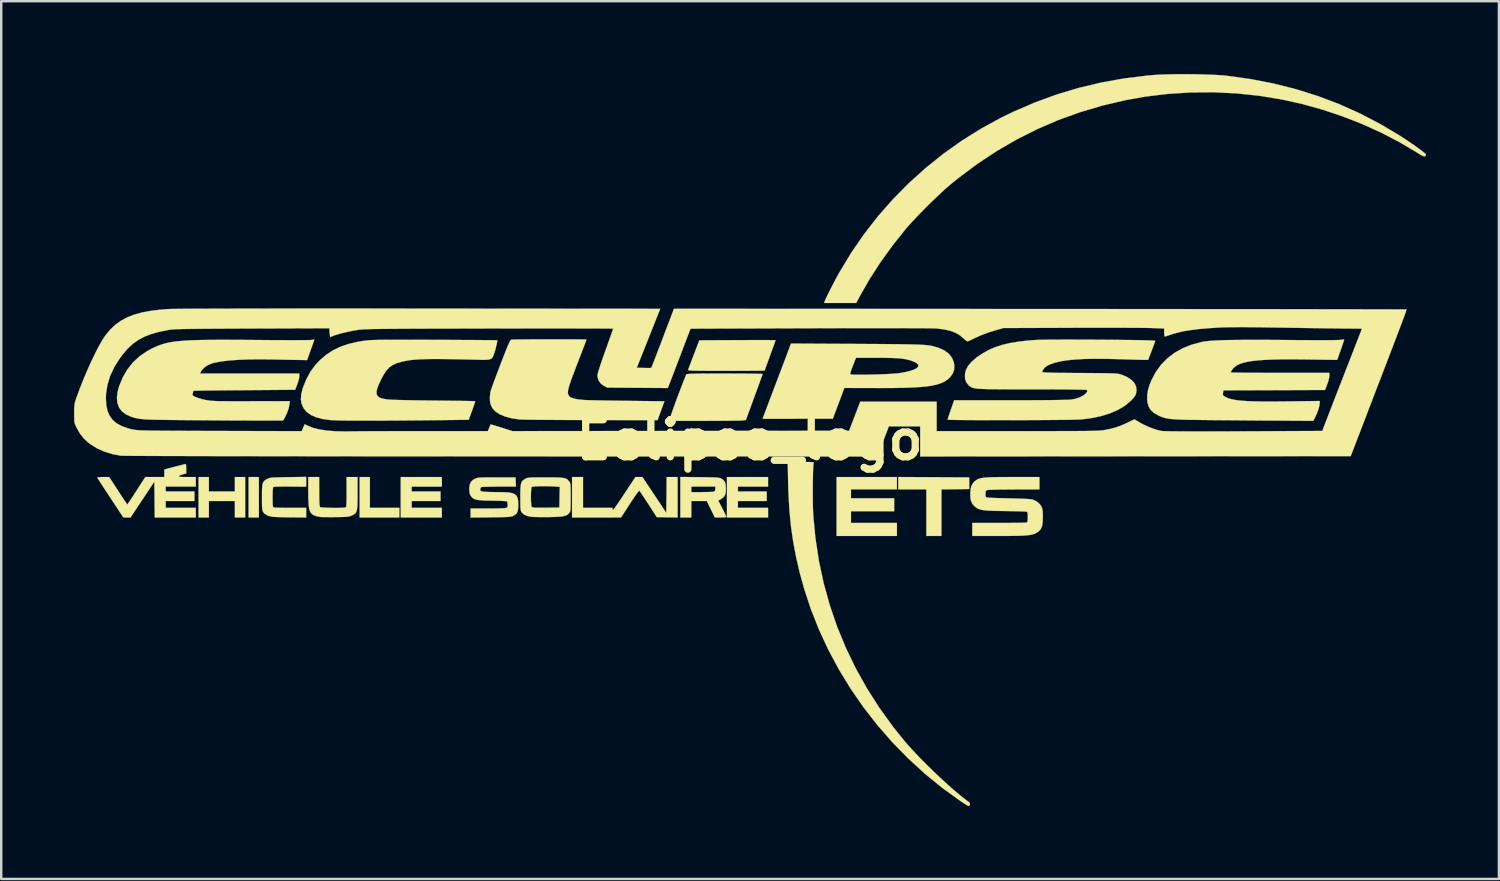
<source format=kicad_pcb>
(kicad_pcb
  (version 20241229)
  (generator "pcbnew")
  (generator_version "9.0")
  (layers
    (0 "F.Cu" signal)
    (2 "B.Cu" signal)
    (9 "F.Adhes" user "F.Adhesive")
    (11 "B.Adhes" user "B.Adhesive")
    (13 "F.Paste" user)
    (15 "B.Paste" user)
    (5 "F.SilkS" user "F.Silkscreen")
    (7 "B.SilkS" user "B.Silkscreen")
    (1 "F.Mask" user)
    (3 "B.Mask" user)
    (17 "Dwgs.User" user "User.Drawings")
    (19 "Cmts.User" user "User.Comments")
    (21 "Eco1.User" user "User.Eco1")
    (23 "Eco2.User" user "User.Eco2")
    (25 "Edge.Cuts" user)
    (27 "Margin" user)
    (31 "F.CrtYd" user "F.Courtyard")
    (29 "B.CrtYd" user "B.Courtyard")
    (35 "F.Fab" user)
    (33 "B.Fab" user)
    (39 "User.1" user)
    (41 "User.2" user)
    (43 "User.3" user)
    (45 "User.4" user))
  (footprint "Eclipse_logo"
    (layer "F.Cu")
    (at 27.818 15.071)
    (property "Reference" "Eclipse_logo" (at 0 0 0) (layer "F.SilkS") (effects (font (size 1.524 1.524) (thickness 0.3))))
    (attr through_hole)
    (fp_poly (pts (xy -20.207 3.189) (xy -20.63 3.189) (xy -20.63 1.524) (xy -20.207 1.524) (xy -20.207 3.189)) (stroke (width 0.01) (type solid)) (fill yes) (layer "F.SilkS"))
    (fp_poly (pts (xy -15.635 2.794) (xy -14.422 2.794) (xy -14.422 3.189) (xy -16.058 3.189) (xy -16.058 1.524) (xy -15.635 1.524) (xy -15.635 2.794)) (stroke (width 0.01) (type solid)) (fill yes) (layer "F.SilkS"))
    (fp_poly (pts (xy 7.585 1.531) (xy 9.045 1.538) (xy 9.045 2.018) (xy 7.902 2.033) (xy 7.902 3.951) (xy 7.281 3.951) (xy 7.281 2.032) (xy 6.124 2.032) (xy 6.124 1.523) (xy 7.585 1.531)) (stroke (width 0.01) (type solid)) (fill yes) (layer "F.SilkS"))
    (fp_poly (pts (xy -22.267 2.117) (xy -21.195 2.117) (xy -21.195 1.524) (xy -20.772 1.524) (xy -20.772 3.189) (xy -21.195 3.189) (xy -21.195 2.512) (xy -22.267 2.512) (xy -22.267 3.189) (xy -22.691 3.189) (xy -22.691 1.524) (xy -22.267 1.524) (xy -22.267 2.117)) (stroke (width 0.01) (type solid)) (fill yes) (layer "F.SilkS"))
    (fp_poly (pts (xy -12.672 1.919) (xy -13.914 1.919) (xy -13.914 2.117) (xy -12.728 2.117) (xy -12.728 2.512) (xy -13.914 2.512) (xy -13.914 2.794) (xy -12.672 2.794) (xy -12.672 3.189) (xy -14.365 3.189) (xy -14.365 1.524) (xy -12.672 1.524) (xy -12.672 1.919)) (stroke (width 0.01) (type solid)) (fill yes) (layer "F.SilkS"))
    (fp_poly (pts (xy 0.762 1.919) (xy -0.48 1.919) (xy -0.48 2.117) (xy 0.706 2.117) (xy 0.706 2.512) (xy -0.48 2.512) (xy -0.48 2.794) (xy 0.762 2.794) (xy 0.762 3.189) (xy -0.931 3.189) (xy -0.931 1.524) (xy 0.762 1.524) (xy 0.762 1.919)) (stroke (width 0.01) (type solid)) (fill yes) (layer "F.SilkS"))
    (fp_poly (pts (xy 6.068 2.032) (xy 4.177 2.032) (xy 4.177 2.399) (xy 5.955 2.399) (xy 5.955 2.935) (xy 4.177 2.935) (xy 4.177 3.415) (xy 6.068 3.415) (xy 6.068 3.951) (xy 3.584 3.951) (xy 3.584 1.524) (xy 6.068 1.524) (xy 6.068 2.032)) (stroke (width 0.01) (type solid)) (fill yes) (layer "F.SilkS"))
    (fp_poly (pts (xy -6.858 2.794) (xy -5.648 2.794) (xy -5.639 2.864) (xy -5.631 2.876) (xy -5.61 2.864) (xy -5.574 2.824) (xy -5.52 2.753) (xy -5.445 2.646) (xy -5.346 2.501) (xy -5.221 2.313) (xy -5.166 2.229) (xy -4.701 1.524) (xy -4.411 1.524) (xy -3.92 2.262) (xy -3.429 3) (xy -3.421 2.262) (xy -3.414 1.524) (xy -2.963 1.524) (xy -2.963 3.191) (xy -3.392 3.183) (xy -3.82 3.175) (xy -4.162 2.646) (xy -4.263 2.491) (xy -4.354 2.351) (xy -4.432 2.234) (xy -4.491 2.147) (xy -4.526 2.097) (xy -4.533 2.088) (xy -4.557 2.099) (xy -4.607 2.156) (xy -4.683 2.258) (xy -4.785 2.409) (xy -4.916 2.607) (xy -4.927 2.624) (xy -5.292 3.188) (xy -6.301 3.189) (xy -7.31 3.189) (xy -7.31 1.524) (xy -6.858 1.524) (xy -6.858 2.794)) (stroke (width 0.01) (type solid)) (fill yes) (layer "F.SilkS"))
    (fp_poly (pts (xy -0.736 -2.737) (xy -0.462 -2.736) (xy -0.212 -2.735) (xy 0.012 -2.733) (xy 0.202 -2.73) (xy 0.354 -2.727) (xy 0.463 -2.724) (xy 0.525 -2.721) (xy 0.536 -2.718) (xy 0.527 -2.688) (xy 0.5 -2.611) (xy 0.458 -2.494) (xy 0.403 -2.341) (xy 0.338 -2.161) (xy 0.264 -1.958) (xy 0.192 -1.762) (xy -0.152 -0.825) (xy -0.295 -0.808) (xy -0.351 -0.804) (xy -0.457 -0.801) (xy -0.608 -0.798) (xy -0.797 -0.796) (xy -1.018 -0.794) (xy -1.266 -0.792) (xy -1.533 -0.791) (xy -1.814 -0.79) (xy -1.856 -0.79) (xy -3.274 -0.79) (xy -3.274 -0.886) (xy -3.264 -0.932) (xy -3.236 -1.023) (xy -3.192 -1.152) (xy -3.135 -1.314) (xy -3.068 -1.5) (xy -2.992 -1.705) (xy -2.911 -1.92) (xy -2.827 -2.14) (xy -2.743 -2.357) (xy -2.661 -2.564) (xy -2.605 -2.702) (xy -2.59 -2.71) (xy -2.551 -2.717) (xy -2.483 -2.723) (xy -2.383 -2.727) (xy -2.247 -2.731) (xy -2.071 -2.734) (xy -1.853 -2.736) (xy -1.588 -2.737) (xy -1.273 -2.737) (xy -1.027 -2.738) (xy -0.736 -2.737)) (stroke (width 0.01) (type solid)) (fill yes) (layer "F.SilkS"))
    (fp_poly (pts (xy -2.053 1.529) (xy -1.815 1.532) (xy -1.627 1.536) (xy -1.482 1.54) (xy -1.373 1.545) (xy -1.293 1.553) (xy -1.236 1.562) (xy -1.194 1.574) (xy -1.164 1.588) (xy -1.075 1.65) (xy -1.017 1.727) (xy -0.986 1.832) (xy -0.975 1.976) (xy -0.974 2.007) (xy -0.983 2.16) (xy -1.013 2.271) (xy -1.072 2.355) (xy -1.165 2.425) (xy -1.191 2.439) (xy -1.29 2.494) (xy -1.125 2.809) (xy -1.062 2.931) (xy -1.01 3.037) (xy -0.974 3.115) (xy -0.96 3.155) (xy -0.96 3.156) (xy -0.985 3.175) (xy -1.063 3.186) (xy -1.193 3.189) (xy -1.427 3.189) (xy -1.595 2.85) (xy -1.762 2.512) (xy -2.399 2.512) (xy -2.399 3.189) (xy -2.85 3.189) (xy -2.85 1.919) (xy -2.399 1.919) (xy -2.399 2.145) (xy -1.968 2.145) (xy -1.813 2.143) (xy -1.675 2.14) (xy -1.563 2.136) (xy -1.491 2.13) (xy -1.475 2.127) (xy -1.429 2.102) (xy -1.412 2.046) (xy -1.411 2.015) (xy -1.411 1.919) (xy -2.399 1.919) (xy -2.85 1.919) (xy -2.85 1.521) (xy -2.053 1.529)) (stroke (width 0.01) (type solid)) (fill yes) (layer "F.SilkS"))
    (fp_poly (pts (xy 0.734 -4.116) (xy 0.888 -4.115) (xy 0.998 -4.114) (xy 1.06 -4.113) (xy 1.072 -4.112) (xy 1.063 -4.084) (xy 1.037 -4.011) (xy 0.997 -3.899) (xy 0.946 -3.758) (xy 0.886 -3.593) (xy 0.847 -3.485) (xy 0.783 -3.31) (xy 0.726 -3.154) (xy 0.679 -3.023) (xy 0.644 -2.926) (xy 0.624 -2.87) (xy 0.621 -2.859) (xy 0.594 -2.857) (xy 0.515 -2.856) (xy 0.39 -2.855) (xy 0.223 -2.853) (xy 0.02 -2.852) (xy -0.213 -2.851) (xy -0.474 -2.851) (xy -0.755 -2.851) (xy -0.961 -2.85) (xy -1.3 -2.851) (xy -1.587 -2.851) (xy -1.826 -2.852) (xy -2.022 -2.853) (xy -2.178 -2.855) (xy -2.299 -2.857) (xy -2.389 -2.861) (xy -2.453 -2.865) (xy -2.494 -2.871) (xy -2.518 -2.878) (xy -2.528 -2.887) (xy -2.528 -2.897) (xy -2.527 -2.9) (xy -2.513 -2.94) (xy -2.481 -3.024) (xy -2.436 -3.145) (xy -2.38 -3.292) (xy -2.316 -3.459) (xy -2.29 -3.528) (xy -2.069 -4.106) (xy -0.498 -4.114) (xy -0.206 -4.115) (xy 0.068 -4.116) (xy 0.319 -4.116) (xy 0.543 -4.116) (xy 0.734 -4.116)) (stroke (width 0.01) (type solid)) (fill yes) (layer "F.SilkS"))
    (fp_poly (pts (xy -18.26 1.922) (xy -18.92 1.917) (xy -19.109 1.916) (xy -19.279 1.917) (xy -19.422 1.92) (xy -19.531 1.923) (xy -19.597 1.928) (xy -19.612 1.931) (xy -19.626 1.969) (xy -19.636 2.062) (xy -19.641 2.207) (xy -19.643 2.355) (xy -19.642 2.517) (xy -19.639 2.632) (xy -19.632 2.707) (xy -19.622 2.751) (xy -19.607 2.772) (xy -19.598 2.777) (xy -19.558 2.782) (xy -19.47 2.786) (xy -19.343 2.79) (xy -19.185 2.792) (xy -19.006 2.794) (xy -18.907 2.794) (xy -18.26 2.794) (xy -18.26 3.189) (xy -18.888 3.184) (xy -19.08 3.181) (xy -19.262 3.178) (xy -19.423 3.173) (xy -19.552 3.167) (xy -19.64 3.161) (xy -19.658 3.159) (xy -19.833 3.117) (xy -19.963 3.042) (xy -20.027 2.972) (xy -20.045 2.939) (xy -20.059 2.898) (xy -20.069 2.841) (xy -20.075 2.759) (xy -20.079 2.644) (xy -20.08 2.486) (xy -20.08 2.355) (xy -20.079 2.149) (xy -20.075 1.991) (xy -20.065 1.872) (xy -20.048 1.786) (xy -20.02 1.724) (xy -19.979 1.677) (xy -19.923 1.637) (xy -19.861 1.603) (xy -19.822 1.584) (xy -19.781 1.569) (xy -19.73 1.558) (xy -19.663 1.549) (xy -19.572 1.543) (xy -19.448 1.538) (xy -19.286 1.534) (xy -19.077 1.53) (xy -19.001 1.529) (xy -18.26 1.518) (xy -18.26 1.922)) (stroke (width 0.01) (type solid)) (fill yes) (layer "F.SilkS"))
    (fp_poly (pts (xy -17.724 2.125) (xy -17.722 2.348) (xy -17.719 2.519) (xy -17.713 2.641) (xy -17.704 2.72) (xy -17.692 2.758) (xy -17.69 2.76) (xy -17.652 2.77) (xy -17.57 2.779) (xy -17.453 2.786) (xy -17.314 2.792) (xy -17.164 2.795) (xy -17.013 2.796) (xy -16.874 2.794) (xy -16.756 2.79) (xy -16.673 2.784) (xy -16.639 2.777) (xy -16.625 2.765) (xy -16.613 2.738) (xy -16.605 2.689) (xy -16.6 2.61) (xy -16.597 2.496) (xy -16.595 2.338) (xy -16.595 2.142) (xy -16.595 1.524) (xy -16.143 1.524) (xy -16.143 2.194) (xy -16.144 2.43) (xy -16.147 2.615) (xy -16.155 2.759) (xy -16.169 2.866) (xy -16.191 2.945) (xy -16.223 3.003) (xy -16.268 3.045) (xy -16.326 3.08) (xy -16.39 3.111) (xy -16.443 3.131) (xy -16.499 3.147) (xy -16.569 3.158) (xy -16.661 3.165) (xy -16.785 3.17) (xy -16.951 3.173) (xy -17.06 3.174) (xy -17.234 3.175) (xy -17.394 3.174) (xy -17.529 3.173) (xy -17.628 3.171) (xy -17.681 3.168) (xy -17.849 3.135) (xy -17.973 3.081) (xy -18.045 3.023) (xy -18.083 2.972) (xy -18.113 2.905) (xy -18.136 2.815) (xy -18.153 2.695) (xy -18.164 2.538) (xy -18.171 2.34) (xy -18.174 2.093) (xy -18.174 2.025) (xy -18.175 1.524) (xy -17.724 1.524) (xy -17.724 2.125)) (stroke (width 0.01) (type solid)) (fill yes) (layer "F.SilkS"))
    (fp_poly (pts (xy -23.209 1.014) (xy -23.202 1.081) (xy -23.199 1.177) (xy -23.199 1.181) (xy -23.199 1.375) (xy -23.345 1.414) (xy -23.428 1.442) (xy -23.487 1.472) (xy -23.502 1.489) (xy -23.494 1.504) (xy -23.452 1.515) (xy -23.371 1.521) (xy -23.243 1.524) (xy -23.159 1.524) (xy -22.804 1.524) (xy -22.804 1.919) (xy -24.045 1.919) (xy -24.045 2.117) (xy -22.86 2.117) (xy -22.86 2.512) (xy -24.045 2.512) (xy -24.045 2.794) (xy -22.804 2.794) (xy -22.804 3.189) (xy -24.496 3.189) (xy -24.511 1.713) (xy -25.002 2.451) (xy -25.493 3.189) (xy -25.788 3.189) (xy -26.321 2.38) (xy -26.447 2.189) (xy -26.562 2.013) (xy -26.664 1.857) (xy -26.749 1.726) (xy -26.813 1.628) (xy -26.852 1.566) (xy -26.863 1.548) (xy -26.841 1.537) (xy -26.775 1.529) (xy -26.677 1.525) (xy -26.622 1.524) (xy -26.372 1.524) (xy -26.006 2.088) (xy -25.903 2.246) (xy -25.81 2.387) (xy -25.731 2.504) (xy -25.671 2.592) (xy -25.635 2.642) (xy -25.625 2.653) (xy -25.607 2.63) (xy -25.562 2.566) (xy -25.496 2.468) (xy -25.412 2.342) (xy -25.316 2.194) (xy -25.248 2.088) (xy -24.884 1.524) (xy -24.102 1.524) (xy -24.102 1.216) (xy -23.996 1.187) (xy -23.825 1.142) (xy -23.659 1.098) (xy -23.507 1.058) (xy -23.379 1.026) (xy -23.283 1.002) (xy -23.228 0.989) (xy -23.22 0.988) (xy -23.209 1.014)) (stroke (width 0.01) (type solid)) (fill yes) (layer "F.SilkS"))
    (fp_poly (pts (xy 2.303 0.903) (xy 2.442 0.905) (xy 2.538 0.908) (xy 2.599 0.914) (xy 2.631 0.922) (xy 2.643 0.935) (xy 2.64 0.951) (xy 2.64 0.952) (xy 2.631 1.004) (xy 2.623 1.104) (xy 2.616 1.246) (xy 2.611 1.42) (xy 2.607 1.619) (xy 2.604 1.835) (xy 2.603 2.06) (xy 2.603 2.287) (xy 2.605 2.507) (xy 2.608 2.712) (xy 2.614 2.896) (xy 2.621 3.049) (xy 2.622 3.076) (xy 2.712 4.033) (xy 2.855 4.973) (xy 3.052 5.896) (xy 3.303 6.801) (xy 3.606 7.686) (xy 3.962 8.552) (xy 4.37 9.397) (xy 4.83 10.222) (xy 5.342 11.024) (xy 5.906 11.804) (xy 6.375 12.389) (xy 6.576 12.62) (xy 6.807 12.871) (xy 7.06 13.136) (xy 7.329 13.406) (xy 7.607 13.677) (xy 7.888 13.942) (xy 8.164 14.194) (xy 8.428 14.428) (xy 8.675 14.635) (xy 8.897 14.811) (xy 9.041 14.916) (xy 9.072 14.962) (xy 9.074 15.019) (xy 9.049 15.061) (xy 9.021 15.071) (xy 8.985 15.056) (xy 8.913 15.014) (xy 8.816 14.953) (xy 8.703 14.879) (xy 8.7 14.877) (xy 7.942 14.33) (xy 7.218 13.74) (xy 6.529 13.109) (xy 5.876 12.441) (xy 5.263 11.738) (xy 4.691 11.003) (xy 4.162 10.238) (xy 3.678 9.447) (xy 3.241 8.631) (xy 2.853 7.794) (xy 2.516 6.938) (xy 2.249 6.122) (xy 2.065 5.46) (xy 1.915 4.815) (xy 1.795 4.175) (xy 1.703 3.527) (xy 1.639 2.858) (xy 1.6 2.158) (xy 1.588 1.743) (xy 1.572 0.903) (xy 2.116 0.903) (xy 2.303 0.903)) (stroke (width 0.01) (type solid)) (fill yes) (layer "F.SilkS"))
    (fp_poly (pts (xy -9.621 1.919) (xy -10.312 1.919) (xy -10.505 1.92) (xy -10.682 1.922) (xy -10.833 1.925) (xy -10.949 1.928) (xy -11.024 1.933) (xy -11.047 1.936) (xy -11.081 1.976) (xy -11.091 2.031) (xy -11.086 2.079) (xy -11.06 2.106) (xy -10.999 2.121) (xy -10.96 2.127) (xy -10.888 2.133) (xy -10.772 2.138) (xy -10.625 2.142) (xy -10.459 2.145) (xy -10.347 2.146) (xy -10.108 2.149) (xy -9.92 2.162) (xy -9.777 2.187) (xy -9.672 2.229) (xy -9.6 2.291) (xy -9.556 2.376) (xy -9.533 2.489) (xy -9.526 2.633) (xy -9.526 2.666) (xy -9.531 2.823) (xy -9.552 2.937) (xy -9.592 3.019) (xy -9.658 3.081) (xy -9.731 3.123) (xy -9.767 3.138) (xy -9.81 3.15) (xy -9.868 3.16) (xy -9.947 3.167) (xy -10.055 3.173) (xy -10.197 3.177) (xy -10.381 3.18) (xy -10.613 3.183) (xy -10.661 3.184) (xy -11.486 3.192) (xy -11.486 2.822) (xy -10.83 2.822) (xy -10.637 2.821) (xy -10.457 2.819) (xy -10.299 2.816) (xy -10.174 2.811) (xy -10.091 2.807) (xy -10.068 2.804) (xy -10.002 2.79) (xy -9.972 2.764) (xy -9.963 2.709) (xy -9.962 2.665) (xy -9.969 2.586) (xy -9.986 2.533) (xy -9.994 2.524) (xy -10.031 2.518) (xy -10.115 2.512) (xy -10.237 2.506) (xy -10.388 2.501) (xy -10.559 2.498) (xy -10.579 2.498) (xy -10.813 2.494) (xy -10.997 2.486) (xy -11.14 2.473) (xy -11.248 2.455) (xy -11.329 2.43) (xy -11.39 2.397) (xy -11.426 2.368) (xy -11.491 2.288) (xy -11.528 2.188) (xy -11.542 2.053) (xy -11.543 2.013) (xy -11.528 1.854) (xy -11.48 1.734) (xy -11.393 1.645) (xy -11.322 1.603) (xy -11.281 1.584) (xy -11.24 1.569) (xy -11.193 1.557) (xy -11.131 1.549) (xy -11.048 1.544) (xy -10.936 1.541) (xy -10.788 1.539) (xy -10.597 1.538) (xy -10.414 1.538) (xy -9.638 1.538) (xy -9.621 1.919)) (stroke (width 0.01) (type solid)) (fill yes) (layer "F.SilkS"))
    (fp_poly (pts (xy -7.726 -4.148) (xy -7.492 -4.147) (xy -7.278 -4.146) (xy -7.089 -4.145) (xy -6.932 -4.143) (xy -6.814 -4.141) (xy -6.74 -4.138) (xy -6.717 -4.135) (xy -6.727 -4.107) (xy -6.755 -4.032) (xy -6.799 -3.916) (xy -6.856 -3.764) (xy -6.925 -3.584) (xy -7.003 -3.38) (xy -7.089 -3.159) (xy -7.098 -3.135) (xy -7.206 -2.853) (xy -7.294 -2.619) (xy -7.364 -2.426) (xy -7.416 -2.27) (xy -7.452 -2.146) (xy -7.474 -2.049) (xy -7.482 -1.972) (xy -7.478 -1.912) (xy -7.464 -1.863) (xy -7.44 -1.82) (xy -7.436 -1.813) (xy -7.363 -1.754) (xy -7.238 -1.707) (xy -7.063 -1.672) (xy -6.84 -1.65) (xy -6.773 -1.647) (xy -6.681 -1.643) (xy -6.539 -1.639) (xy -6.354 -1.635) (xy -6.133 -1.631) (xy -5.884 -1.626) (xy -5.613 -1.622) (xy -5.326 -1.618) (xy -5.031 -1.614) (xy -4.978 -1.613) (xy -3.507 -1.595) (xy -3.648 -1.206) (xy -3.789 -0.818) (xy -6.53 -0.822) (xy -6.924 -0.823) (xy -7.305 -0.824) (xy -7.669 -0.826) (xy -8.012 -0.828) (xy -8.33 -0.83) (xy -8.619 -0.832) (xy -8.874 -0.835) (xy -9.09 -0.838) (xy -9.265 -0.841) (xy -9.393 -0.844) (xy -9.47 -0.847) (xy -9.485 -0.849) (xy -9.798 -0.896) (xy -10.068 -0.968) (xy -10.291 -1.061) (xy -10.466 -1.177) (xy -10.591 -1.313) (xy -10.663 -1.464) (xy -10.689 -1.602) (xy -10.694 -1.768) (xy -10.679 -1.935) (xy -10.666 -2) (xy -10.65 -2.055) (xy -10.615 -2.155) (xy -10.565 -2.294) (xy -10.502 -2.466) (xy -10.429 -2.663) (xy -10.347 -2.879) (xy -10.259 -3.108) (xy -10.255 -3.12) (xy -10.154 -3.382) (xy -10.07 -3.596) (xy -10.002 -3.767) (xy -9.947 -3.898) (xy -9.904 -3.995) (xy -9.87 -4.062) (xy -9.843 -4.105) (xy -9.822 -4.126) (xy -9.811 -4.132) (xy -9.773 -4.135) (xy -9.685 -4.137) (xy -9.555 -4.14) (xy -9.389 -4.142) (xy -9.192 -4.144) (xy -8.971 -4.146) (xy -8.733 -4.147) (xy -8.483 -4.148) (xy -8.228 -4.148) (xy -7.973 -4.148) (xy -7.726 -4.148)) (stroke (width 0.01) (type solid)) (fill yes) (layer "F.SilkS"))
    (fp_poly (pts (xy -8.156 1.539) (xy -7.965 1.541) (xy -7.817 1.546) (xy -7.704 1.556) (xy -7.62 1.571) (xy -7.557 1.592) (xy -7.508 1.622) (xy -7.466 1.661) (xy -7.425 1.711) (xy -7.425 1.711) (xy -7.405 1.739) (xy -7.39 1.773) (xy -7.379 1.819) (xy -7.373 1.887) (xy -7.369 1.984) (xy -7.367 2.118) (xy -7.366 2.299) (xy -7.366 2.357) (xy -7.366 2.552) (xy -7.368 2.698) (xy -7.372 2.805) (xy -7.378 2.88) (xy -7.387 2.931) (xy -7.401 2.967) (xy -7.419 2.995) (xy -7.422 2.999) (xy -7.471 3.051) (xy -7.53 3.092) (xy -7.607 3.123) (xy -7.709 3.144) (xy -7.843 3.159) (xy -8.018 3.168) (xy -8.24 3.173) (xy -8.283 3.173) (xy -8.468 3.174) (xy -8.644 3.173) (xy -8.799 3.17) (xy -8.922 3.166) (xy -9.001 3.16) (xy -9.003 3.16) (xy -9.18 3.121) (xy -9.314 3.052) (xy -9.391 2.971) (xy -9.409 2.937) (xy -9.422 2.892) (xy -9.431 2.827) (xy -9.436 2.734) (xy -9.439 2.604) (xy -9.44 2.429) (xy -9.44 2.372) (xy -9.44 2.286) (xy -9.005 2.286) (xy -9.004 2.422) (xy -9 2.55) (xy -8.992 2.658) (xy -8.98 2.733) (xy -8.968 2.761) (xy -8.938 2.773) (xy -8.873 2.782) (xy -8.768 2.787) (xy -8.619 2.789) (xy -8.418 2.788) (xy -8.383 2.788) (xy -7.832 2.78) (xy -7.816 1.928) (xy -8.036 1.913) (xy -8.174 1.906) (xy -8.329 1.903) (xy -8.488 1.902) (xy -8.641 1.903) (xy -8.777 1.907) (xy -8.884 1.914) (xy -8.952 1.923) (xy -8.968 1.928) (xy -8.983 1.965) (xy -8.994 2.045) (xy -9.001 2.157) (xy -9.005 2.286) (xy -9.44 2.286) (xy -9.439 2.16) (xy -9.435 1.997) (xy -9.424 1.875) (xy -9.406 1.785) (xy -9.379 1.719) (xy -9.34 1.67) (xy -9.287 1.63) (xy -9.248 1.606) (xy -9.211 1.585) (xy -9.174 1.569) (xy -9.131 1.558) (xy -9.074 1.549) (xy -8.995 1.544) (xy -8.887 1.54) (xy -8.743 1.539) (xy -8.555 1.538) (xy -8.396 1.538) (xy -8.156 1.539)) (stroke (width 0.01) (type solid)) (fill yes) (layer "F.SilkS"))
    (fp_poly (pts (xy 18.094 -15.065) (xy 18.427 -15.061) (xy 18.75 -15.053) (xy 19.052 -15.042) (xy 19.323 -15.028) (xy 19.553 -15.011) (xy 19.643 -15.002) (xy 20.623 -14.866) (xy 21.575 -14.682) (xy 22.5 -14.449) (xy 23.399 -14.167) (xy 24.276 -13.835) (xy 25.131 -13.452) (xy 25.965 -13.018) (xy 26.726 -12.567) (xy 26.905 -12.453) (xy 27.085 -12.334) (xy 27.259 -12.216) (xy 27.423 -12.101) (xy 27.569 -11.996) (xy 27.692 -11.904) (xy 27.784 -11.83) (xy 27.841 -11.779) (xy 27.855 -11.757) (xy 27.836 -11.708) (xy 27.816 -11.687) (xy 27.79 -11.679) (xy 27.744 -11.692) (xy 27.671 -11.727) (xy 27.565 -11.79) (xy 27.468 -11.851) (xy 26.761 -12.27) (xy 26.012 -12.659) (xy 25.231 -13.013) (xy 24.423 -13.329) (xy 23.598 -13.605) (xy 22.763 -13.838) (xy 21.929 -14.023) (xy 20.999 -14.176) (xy 20.059 -14.275) (xy 19.114 -14.321) (xy 18.169 -14.315) (xy 17.229 -14.255) (xy 16.299 -14.143) (xy 15.466 -13.994) (xy 14.524 -13.772) (xy 13.607 -13.5) (xy 12.715 -13.178) (xy 11.847 -12.804) (xy 11.003 -12.379) (xy 10.182 -11.903) (xy 9.383 -11.375) (xy 8.607 -10.795) (xy 8.255 -10.51) (xy 8.093 -10.37) (xy 7.902 -10.196) (xy 7.692 -9.997) (xy 7.469 -9.782) (xy 7.244 -9.558) (xy 7.025 -9.336) (xy 6.82 -9.123) (xy 6.638 -8.927) (xy 6.487 -8.758) (xy 6.455 -8.721) (xy 5.91 -8.04) (xy 5.407 -7.346) (xy 4.952 -6.643) (xy 4.549 -5.939) (xy 4.545 -5.932) (xy 4.391 -5.644) (xy 3.072 -5.644) (xy 3.092 -5.708) (xy 3.116 -5.768) (xy 3.163 -5.869) (xy 3.227 -6.001) (xy 3.305 -6.156) (xy 3.391 -6.325) (xy 3.481 -6.499) (xy 3.571 -6.668) (xy 3.655 -6.824) (xy 3.706 -6.914) (xy 4.191 -7.716) (xy 4.721 -8.485) (xy 5.296 -9.222) (xy 5.912 -9.923) (xy 6.569 -10.587) (xy 7.262 -11.211) (xy 7.992 -11.795) (xy 8.755 -12.336) (xy 9.549 -12.831) (xy 10.372 -13.28) (xy 10.866 -13.519) (xy 11.749 -13.9) (xy 12.644 -14.227) (xy 13.552 -14.5) (xy 14.477 -14.721) (xy 15.421 -14.89) (xy 16.388 -15.009) (xy 16.64 -15.031) (xy 16.868 -15.045) (xy 17.138 -15.056) (xy 17.44 -15.063) (xy 17.762 -15.066) (xy 18.094 -15.065)) (stroke (width 0.01) (type solid)) (fill yes) (layer "F.SilkS"))
    (fp_poly (pts (xy 3.837 -3.961) (xy 4.347 -3.959) (xy 4.805 -3.956) (xy 5.212 -3.954) (xy 5.573 -3.951) (xy 5.891 -3.948) (xy 6.169 -3.945) (xy 6.41 -3.941) (xy 6.618 -3.938) (xy 6.796 -3.933) (xy 6.947 -3.928) (xy 7.074 -3.922) (xy 7.182 -3.916) (xy 7.272 -3.909) (xy 7.349 -3.9) (xy 7.416 -3.891) (xy 7.476 -3.881) (xy 7.526 -3.871) (xy 7.797 -3.794) (xy 8.022 -3.689) (xy 8.2 -3.558) (xy 8.328 -3.4) (xy 8.407 -3.218) (xy 8.43 -3.103) (xy 8.427 -2.913) (xy 8.37 -2.742) (xy 8.261 -2.59) (xy 8.256 -2.585) (xy 8.169 -2.504) (xy 8.07 -2.434) (xy 7.957 -2.372) (xy 7.826 -2.319) (xy 7.671 -2.275) (xy 7.491 -2.237) (xy 7.281 -2.207) (xy 7.037 -2.183) (xy 6.755 -2.165) (xy 6.431 -2.153) (xy 6.062 -2.145) (xy 5.644 -2.141) (xy 5.232 -2.141) (xy 3.903 -2.144) (xy 3.429 -0.876) (xy 0.538 -0.875) (xy 0.619 -1.094) (xy 0.647 -1.167) (xy 0.692 -1.287) (xy 0.752 -1.446) (xy 0.824 -1.636) (xy 0.906 -1.852) (xy 0.994 -2.087) (xy 1.088 -2.333) (xy 1.129 -2.441) (xy 1.223 -2.689) (xy 1.237 -2.726) (xy 4.15 -2.726) (xy 4.163 -2.707) (xy 4.172 -2.702) (xy 4.218 -2.695) (xy 4.312 -2.69) (xy 4.446 -2.688) (xy 4.612 -2.688) (xy 4.802 -2.69) (xy 5.007 -2.694) (xy 5.218 -2.7) (xy 5.429 -2.707) (xy 5.63 -2.715) (xy 5.814 -2.724) (xy 5.972 -2.735) (xy 6.096 -2.745) (xy 6.142 -2.751) (xy 6.386 -2.791) (xy 6.59 -2.838) (xy 6.752 -2.892) (xy 6.869 -2.95) (xy 6.937 -3.012) (xy 6.953 -3.075) (xy 6.944 -3.102) (xy 6.885 -3.163) (xy 6.779 -3.222) (xy 6.636 -3.276) (xy 6.464 -3.321) (xy 6.336 -3.344) (xy 6.213 -3.359) (xy 6.061 -3.37) (xy 5.873 -3.378) (xy 5.645 -3.384) (xy 5.369 -3.386) (xy 5.218 -3.386) (xy 4.383 -3.387) (xy 4.253 -3.055) (xy 4.2 -2.917) (xy 4.167 -2.821) (xy 4.151 -2.761) (xy 4.15 -2.726) (xy 1.237 -2.726) (xy 1.313 -2.927) (xy 1.397 -3.15) (xy 1.473 -3.35) (xy 1.537 -3.52) (xy 1.587 -3.655) (xy 1.621 -3.746) (xy 1.631 -3.771) (xy 1.704 -3.972) (xy 3.837 -3.961)) (stroke (width 0.01) (type solid)) (fill yes) (layer "F.SilkS"))
    (fp_poly (pts (xy 11.938 2.032) (xy 10.915 2.035) (xy 10.677 2.037) (xy 10.453 2.039) (xy 10.252 2.041) (xy 10.079 2.045) (xy 9.943 2.049) (xy 9.85 2.053) (xy 9.807 2.057) (xy 9.754 2.074) (xy 9.727 2.108) (xy 9.715 2.176) (xy 9.714 2.198) (xy 9.715 2.281) (xy 9.729 2.341) (xy 9.736 2.353) (xy 9.775 2.364) (xy 9.869 2.374) (xy 10.019 2.383) (xy 10.224 2.391) (xy 10.485 2.398) (xy 10.662 2.401) (xy 10.938 2.408) (xy 11.175 2.415) (xy 11.37 2.424) (xy 11.52 2.433) (xy 11.62 2.443) (xy 11.659 2.451) (xy 11.829 2.531) (xy 11.957 2.646) (xy 12.016 2.737) (xy 12.045 2.802) (xy 12.063 2.869) (xy 12.074 2.953) (xy 12.078 3.069) (xy 12.078 3.174) (xy 12.072 3.368) (xy 12.051 3.517) (xy 12.013 3.63) (xy 11.954 3.717) (xy 11.869 3.788) (xy 11.861 3.794) (xy 11.8 3.831) (xy 11.735 3.861) (xy 11.659 3.886) (xy 11.568 3.906) (xy 11.455 3.921) (xy 11.316 3.933) (xy 11.144 3.941) (xy 10.934 3.946) (xy 10.68 3.949) (xy 10.378 3.951) (xy 10.266 3.951) (xy 9.172 3.951) (xy 9.172 3.415) (xy 10.271 3.415) (xy 10.516 3.414) (xy 10.744 3.413) (xy 10.949 3.411) (xy 11.124 3.409) (xy 11.264 3.406) (xy 11.361 3.402) (xy 11.41 3.399) (xy 11.414 3.398) (xy 11.438 3.376) (xy 11.452 3.326) (xy 11.458 3.237) (xy 11.458 3.173) (xy 11.457 3.065) (xy 11.45 3.001) (xy 11.435 2.968) (xy 11.407 2.953) (xy 11.395 2.949) (xy 11.351 2.945) (xy 11.259 2.941) (xy 11.125 2.936) (xy 10.958 2.932) (xy 10.765 2.928) (xy 10.555 2.925) (xy 10.499 2.924) (xy 10.225 2.92) (xy 10.002 2.914) (xy 9.822 2.906) (xy 9.679 2.894) (xy 9.565 2.877) (xy 9.475 2.854) (xy 9.402 2.825) (xy 9.339 2.787) (xy 9.28 2.74) (xy 9.259 2.722) (xy 9.172 2.621) (xy 9.118 2.498) (xy 9.092 2.344) (xy 9.093 2.152) (xy 9.113 1.98) (xy 9.153 1.851) (xy 9.219 1.75) (xy 9.293 1.682) (xy 9.346 1.645) (xy 9.402 1.614) (xy 9.466 1.589) (xy 9.544 1.569) (xy 9.642 1.553) (xy 9.766 1.542) (xy 9.919 1.534) (xy 10.11 1.528) (xy 10.342 1.525) (xy 10.621 1.524) (xy 10.829 1.524) (xy 11.938 1.524) (xy 11.938 2.032)) (stroke (width 0.01) (type solid)) (fill yes) (layer "F.SilkS"))
    (fp_poly (pts (xy -14.181 -4.129) (xy -13.844 -4.128) (xy -13.459 -4.127) (xy -13.022 -4.126) (xy -12.969 -4.126) (xy -12.593 -4.124) (xy -12.234 -4.123) (xy -11.895 -4.121) (xy -11.58 -4.119) (xy -11.294 -4.118) (xy -11.04 -4.116) (xy -10.822 -4.114) (xy -10.644 -4.113) (xy -10.511 -4.111) (xy -10.426 -4.11) (xy -10.393 -4.108) (xy -10.392 -4.108) (xy -10.391 -4.075) (xy -10.403 -4.002) (xy -10.424 -3.902) (xy -10.451 -3.79) (xy -10.481 -3.678) (xy -10.51 -3.582) (xy -10.532 -3.523) (xy -10.56 -3.456) (xy -10.586 -3.404) (xy -10.616 -3.365) (xy -10.658 -3.337) (xy -10.717 -3.318) (xy -10.8 -3.307) (xy -10.915 -3.303) (xy -11.067 -3.304) (xy -11.265 -3.308) (xy -11.451 -3.313) (xy -11.892 -3.323) (xy -12.281 -3.33) (xy -12.622 -3.335) (xy -12.92 -3.336) (xy -13.179 -3.335) (xy -13.403 -3.33) (xy -13.597 -3.323) (xy -13.764 -3.312) (xy -13.91 -3.298) (xy -14.038 -3.281) (xy -14.069 -3.276) (xy -14.32 -3.226) (xy -14.524 -3.168) (xy -14.69 -3.093) (xy -14.828 -2.998) (xy -14.947 -2.874) (xy -15.055 -2.715) (xy -15.147 -2.547) (xy -15.254 -2.327) (xy -15.326 -2.148) (xy -15.361 -2.006) (xy -15.359 -1.895) (xy -15.319 -1.811) (xy -15.238 -1.749) (xy -15.115 -1.706) (xy -14.949 -1.676) (xy -14.881 -1.667) (xy -14.807 -1.662) (xy -14.683 -1.657) (xy -14.514 -1.651) (xy -14.306 -1.646) (xy -14.066 -1.64) (xy -13.799 -1.635) (xy -13.512 -1.631) (xy -13.21 -1.627) (xy -12.97 -1.624) (xy -12.669 -1.621) (xy -12.386 -1.618) (xy -12.124 -1.615) (xy -11.89 -1.612) (xy -11.688 -1.609) (xy -11.522 -1.606) (xy -11.399 -1.603) (xy -11.323 -1.601) (xy -11.298 -1.599) (xy -11.304 -1.571) (xy -11.327 -1.5) (xy -11.362 -1.395) (xy -11.408 -1.266) (xy -11.428 -1.212) (xy -11.566 -0.833) (xy -13.128 -0.815) (xy -13.662 -0.81) (xy -14.171 -0.806) (xy -14.653 -0.802) (xy -15.104 -0.8) (xy -15.521 -0.799) (xy -15.902 -0.799) (xy -16.243 -0.8) (xy -16.542 -0.803) (xy -16.795 -0.806) (xy -17 -0.81) (xy -17.154 -0.816) (xy -17.231 -0.82) (xy -17.555 -0.861) (xy -17.831 -0.93) (xy -18.057 -1.028) (xy -18.236 -1.153) (xy -18.365 -1.308) (xy -18.447 -1.49) (xy -18.447 -1.49) (xy -18.477 -1.675) (xy -18.463 -1.881) (xy -18.405 -2.114) (xy -18.382 -2.183) (xy -18.245 -2.517) (xy -18.087 -2.807) (xy -17.902 -3.064) (xy -17.691 -3.291) (xy -17.437 -3.509) (xy -17.162 -3.69) (xy -16.86 -3.838) (xy -16.524 -3.954) (xy -16.147 -4.042) (xy -15.902 -4.083) (xy -15.836 -4.092) (xy -15.769 -4.099) (xy -15.697 -4.106) (xy -15.616 -4.112) (xy -15.522 -4.117) (xy -15.412 -4.121) (xy -15.281 -4.124) (xy -15.126 -4.126) (xy -14.942 -4.128) (xy -14.726 -4.129) (xy -14.474 -4.129) (xy -14.181 -4.129)) (stroke (width 0.01) (type solid)) (fill yes) (layer "F.SilkS"))
    (fp_poly (pts (xy 24.486 -4.14) (xy 24.481 -4.112) (xy 24.458 -4.04) (xy 24.423 -3.933) (xy 24.378 -3.801) (xy 24.348 -3.716) (xy 24.201 -3.3) (xy 22.931 -3.318) (xy 22.442 -3.323) (xy 22.006 -3.323) (xy 21.62 -3.317) (xy 21.281 -3.304) (xy 20.987 -3.285) (xy 20.733 -3.259) (xy 20.517 -3.225) (xy 20.336 -3.183) (xy 20.187 -3.133) (xy 20.066 -3.074) (xy 19.971 -3.006) (xy 19.898 -2.929) (xy 19.887 -2.913) (xy 19.842 -2.845) (xy 19.815 -2.796) (xy 19.812 -2.785) (xy 19.839 -2.782) (xy 19.919 -2.779) (xy 20.046 -2.776) (xy 20.216 -2.774) (xy 20.425 -2.771) (xy 20.668 -2.769) (xy 20.94 -2.768) (xy 21.238 -2.767) (xy 21.557 -2.766) (xy 21.844 -2.766) (xy 23.876 -2.766) (xy 23.876 -2.641) (xy 23.864 -2.543) (xy 23.831 -2.416) (xy 23.787 -2.288) (xy 23.698 -2.061) (xy 21.608 -2.053) (xy 19.518 -2.046) (xy 19.5 -1.957) (xy 19.491 -1.882) (xy 19.509 -1.832) (xy 19.566 -1.789) (xy 19.606 -1.768) (xy 19.7 -1.726) (xy 19.811 -1.691) (xy 19.943 -1.661) (xy 20.1 -1.636) (xy 20.285 -1.617) (xy 20.504 -1.603) (xy 20.76 -1.593) (xy 21.057 -1.587) (xy 21.4 -1.585) (xy 21.791 -1.587) (xy 22.119 -1.59) (xy 23.481 -1.608) (xy 23.481 -1.531) (xy 23.465 -1.405) (xy 23.421 -1.248) (xy 23.356 -1.077) (xy 23.31 -0.979) (xy 23.216 -0.79) (xy 22.198 -0.796) (xy 21.982 -0.798) (xy 21.718 -0.799) (xy 21.414 -0.802) (xy 21.081 -0.804) (xy 20.726 -0.807) (xy 20.358 -0.81) (xy 19.986 -0.813) (xy 19.619 -0.816) (xy 19.318 -0.818) (xy 18.922 -0.822) (xy 18.579 -0.826) (xy 18.282 -0.83) (xy 18.029 -0.834) (xy 17.814 -0.84) (xy 17.633 -0.847) (xy 17.481 -0.856) (xy 17.355 -0.867) (xy 17.249 -0.88) (xy 17.159 -0.897) (xy 17.081 -0.916) (xy 17.009 -0.939) (xy 16.94 -0.966) (xy 16.87 -0.997) (xy 16.834 -1.013) (xy 16.652 -1.116) (xy 16.52 -1.237) (xy 16.433 -1.383) (xy 16.385 -1.563) (xy 16.375 -1.666) (xy 16.376 -1.849) (xy 16.404 -2.034) (xy 16.462 -2.234) (xy 16.551 -2.459) (xy 16.726 -2.796) (xy 16.946 -3.099) (xy 17.207 -3.365) (xy 17.507 -3.594) (xy 17.844 -3.783) (xy 18.216 -3.931) (xy 18.621 -4.037) (xy 18.697 -4.051) (xy 18.811 -4.068) (xy 18.95 -4.082) (xy 19.119 -4.095) (xy 19.319 -4.105) (xy 19.555 -4.113) (xy 19.828 -4.119) (xy 20.141 -4.123) (xy 20.498 -4.125) (xy 20.901 -4.126) (xy 21.353 -4.124) (xy 21.857 -4.121) (xy 22.197 -4.118) (xy 22.539 -4.115) (xy 22.865 -4.113) (xy 23.171 -4.112) (xy 23.452 -4.112) (xy 23.703 -4.112) (xy 23.919 -4.113) (xy 24.096 -4.115) (xy 24.229 -4.118) (xy 24.313 -4.122) (xy 24.339 -4.124) (xy 24.42 -4.137) (xy 24.474 -4.142) (xy 24.486 -4.14)) (stroke (width 0.01) (type solid)) (fill yes) (layer "F.SilkS"))
    (fp_poly (pts (xy -17.93 -4.111) (xy -17.955 -4.041) (xy -17.992 -3.936) (xy -18.039 -3.804) (xy -18.071 -3.713) (xy -18.222 -3.292) (xy -18.544 -3.297) (xy -18.66 -3.299) (xy -18.822 -3.302) (xy -19.016 -3.306) (xy -19.233 -3.31) (xy -19.461 -3.314) (xy -19.671 -3.319) (xy -20.184 -3.324) (xy -20.651 -3.319) (xy -21.068 -3.302) (xy -21.435 -3.275) (xy -21.751 -3.237) (xy -22.013 -3.188) (xy -22.135 -3.157) (xy -22.312 -3.085) (xy -22.461 -2.982) (xy -22.571 -2.857) (xy -22.594 -2.817) (xy -22.636 -2.738) (xy -18.542 -2.738) (xy -18.542 -2.627) (xy -18.552 -2.548) (xy -18.579 -2.438) (xy -18.618 -2.318) (xy -18.628 -2.293) (xy -18.713 -2.069) (xy -20.802 -2.053) (xy -21.14 -2.051) (xy -21.462 -2.048) (xy -21.762 -2.045) (xy -22.037 -2.043) (xy -22.281 -2.04) (xy -22.492 -2.037) (xy -22.663 -2.034) (xy -22.791 -2.032) (xy -22.872 -2.03) (xy -22.901 -2.028) (xy -22.912 -1.996) (xy -22.928 -1.932) (xy -22.93 -1.926) (xy -22.938 -1.873) (xy -22.927 -1.838) (xy -22.887 -1.807) (xy -22.807 -1.768) (xy -22.799 -1.765) (xy -22.701 -1.728) (xy -22.57 -1.689) (xy -22.43 -1.655) (xy -22.38 -1.645) (xy -22.317 -1.634) (xy -22.251 -1.625) (xy -22.176 -1.617) (xy -22.088 -1.611) (xy -21.981 -1.606) (xy -21.85 -1.602) (xy -21.69 -1.6) (xy -21.497 -1.598) (xy -21.264 -1.597) (xy -20.987 -1.597) (xy -20.66 -1.597) (xy -20.521 -1.598) (xy -18.931 -1.601) (xy -18.949 -1.461) (xy -18.988 -1.285) (xy -19.057 -1.094) (xy -19.143 -0.917) (xy -19.207 -0.804) (xy -20.222 -0.803) (xy -20.438 -0.803) (xy -20.702 -0.804) (xy -21.005 -0.805) (xy -21.338 -0.806) (xy -21.692 -0.808) (xy -22.06 -0.811) (xy -22.431 -0.813) (xy -22.798 -0.816) (xy -23.1 -0.819) (xy -23.485 -0.822) (xy -23.818 -0.826) (xy -24.104 -0.83) (xy -24.347 -0.834) (xy -24.553 -0.838) (xy -24.725 -0.844) (xy -24.869 -0.851) (xy -24.989 -0.86) (xy -25.09 -0.871) (xy -25.176 -0.883) (xy -25.253 -0.899) (xy -25.324 -0.916) (xy -25.395 -0.937) (xy -25.469 -0.961) (xy -25.471 -0.962) (xy -25.681 -1.055) (xy -25.845 -1.179) (xy -25.962 -1.334) (xy -26.031 -1.519) (xy -26.053 -1.732) (xy -26.027 -1.973) (xy -25.965 -2.204) (xy -25.815 -2.573) (xy -25.627 -2.901) (xy -25.398 -3.19) (xy -25.128 -3.442) (xy -24.816 -3.656) (xy -24.638 -3.753) (xy -24.518 -3.812) (xy -24.401 -3.864) (xy -24.283 -3.91) (xy -24.16 -3.952) (xy -24.03 -3.988) (xy -23.888 -4.019) (xy -23.731 -4.045) (xy -23.555 -4.067) (xy -23.358 -4.085) (xy -23.134 -4.1) (xy -22.881 -4.111) (xy -22.596 -4.119) (xy -22.274 -4.124) (xy -21.912 -4.127) (xy -21.506 -4.127) (xy -21.054 -4.125) (xy -20.551 -4.122) (xy -20.199 -4.119) (xy -19.862 -4.116) (xy -19.54 -4.114) (xy -19.236 -4.113) (xy -18.956 -4.112) (xy -18.704 -4.112) (xy -18.486 -4.113) (xy -18.306 -4.114) (xy -18.169 -4.116) (xy -18.08 -4.118) (xy -18.047 -4.121) (xy -17.972 -4.132) (xy -17.927 -4.137) (xy -17.921 -4.137) (xy -17.93 -4.111)) (stroke (width 0.01) (type solid)) (fill yes) (layer "F.SilkS"))
    (fp_poly (pts (xy 13.539 -4.134) (xy 13.857 -4.133) (xy 14.18 -4.132) (xy 14.504 -4.13) (xy 14.824 -4.128) (xy 15.135 -4.125) (xy 15.431 -4.121) (xy 15.708 -4.118) (xy 15.961 -4.114) (xy 16.186 -4.11) (xy 16.377 -4.105) (xy 16.529 -4.101) (xy 16.637 -4.096) (xy 16.697 -4.091) (xy 16.708 -4.087) (xy 16.698 -4.054) (xy 16.671 -3.978) (xy 16.632 -3.869) (xy 16.582 -3.738) (xy 16.561 -3.683) (xy 16.415 -3.302) (xy 16.256 -3.302) (xy 16.189 -3.303) (xy 16.074 -3.305) (xy 15.919 -3.309) (xy 15.731 -3.315) (xy 15.52 -3.321) (xy 15.292 -3.328) (xy 15.154 -3.332) (xy 14.632 -3.345) (xy 14.163 -3.346) (xy 13.745 -3.336) (xy 13.377 -3.314) (xy 13.056 -3.281) (xy 12.781 -3.235) (xy 12.548 -3.178) (xy 12.357 -3.109) (xy 12.256 -3.058) (xy 12.165 -2.99) (xy 12.094 -2.907) (xy 12.055 -2.825) (xy 12.051 -2.797) (xy 12.079 -2.789) (xy 12.163 -2.783) (xy 12.302 -2.777) (xy 12.496 -2.772) (xy 12.743 -2.767) (xy 13.044 -2.764) (xy 13.398 -2.761) (xy 13.596 -2.76) (xy 13.931 -2.758) (xy 14.215 -2.756) (xy 14.451 -2.754) (xy 14.647 -2.751) (xy 14.805 -2.749) (xy 14.932 -2.745) (xy 15.032 -2.74) (xy 15.111 -2.734) (xy 15.172 -2.727) (xy 15.222 -2.719) (xy 15.264 -2.708) (xy 15.305 -2.696) (xy 15.325 -2.689) (xy 15.547 -2.595) (xy 15.721 -2.482) (xy 15.845 -2.351) (xy 15.917 -2.204) (xy 15.937 -2.043) (xy 15.917 -1.92) (xy 15.886 -1.839) (xy 15.829 -1.754) (xy 15.739 -1.654) (xy 15.696 -1.61) (xy 15.457 -1.412) (xy 15.169 -1.24) (xy 14.838 -1.097) (xy 14.463 -0.982) (xy 14.049 -0.897) (xy 13.66 -0.848) (xy 13.586 -0.844) (xy 13.465 -0.84) (xy 13.301 -0.837) (xy 13.099 -0.833) (xy 12.863 -0.83) (xy 12.598 -0.827) (xy 12.308 -0.825) (xy 11.999 -0.823) (xy 11.675 -0.821) (xy 11.34 -0.82) (xy 10.999 -0.819) (xy 10.658 -0.818) (xy 10.32 -0.818) (xy 9.99 -0.818) (xy 9.673 -0.819) (xy 9.373 -0.82) (xy 9.096 -0.821) (xy 8.846 -0.823) (xy 8.627 -0.825) (xy 8.444 -0.828) (xy 8.302 -0.831) (xy 8.206 -0.834) (xy 8.159 -0.838) (xy 8.156 -0.84) (xy 8.164 -0.872) (xy 8.189 -0.949) (xy 8.225 -1.058) (xy 8.27 -1.19) (xy 8.29 -1.249) (xy 8.424 -1.637) (xy 10.711 -1.637) (xy 11.126 -1.637) (xy 11.514 -1.638) (xy 11.872 -1.64) (xy 12.197 -1.642) (xy 12.485 -1.645) (xy 12.733 -1.649) (xy 12.936 -1.653) (xy 13.093 -1.657) (xy 13.198 -1.662) (xy 13.237 -1.665) (xy 13.419 -1.697) (xy 13.573 -1.747) (xy 13.655 -1.785) (xy 13.772 -1.854) (xy 13.856 -1.924) (xy 13.902 -1.988) (xy 13.905 -2.039) (xy 13.885 -2.061) (xy 13.849 -2.066) (xy 13.76 -2.07) (xy 13.619 -2.074) (xy 13.43 -2.078) (xy 13.195 -2.081) (xy 12.917 -2.084) (xy 12.599 -2.086) (xy 12.243 -2.087) (xy 11.853 -2.088) (xy 11.626 -2.088) (xy 11.202 -2.088) (xy 10.83 -2.088) (xy 10.508 -2.089) (xy 10.23 -2.091) (xy 9.994 -2.093) (xy 9.795 -2.097) (xy 9.629 -2.102) (xy 9.494 -2.108) (xy 9.384 -2.117) (xy 9.297 -2.128) (xy 9.228 -2.141) (xy 9.173 -2.158) (xy 9.13 -2.177) (xy 9.093 -2.199) (xy 9.059 -2.225) (xy 9.025 -2.254) (xy 9.017 -2.262) (xy 8.924 -2.38) (xy 8.874 -2.53) (xy 8.87 -2.706) (xy 8.871 -2.715) (xy 8.914 -2.888) (xy 9.001 -3.053) (xy 9.137 -3.215) (xy 9.324 -3.378) (xy 9.37 -3.413) (xy 9.607 -3.574) (xy 9.854 -3.711) (xy 10.118 -3.825) (xy 10.405 -3.918) (xy 10.723 -3.994) (xy 11.078 -4.052) (xy 11.476 -4.097) (xy 11.783 -4.12) (xy 11.88 -4.124) (xy 12.022 -4.128) (xy 12.204 -4.131) (xy 12.421 -4.133) (xy 12.668 -4.134) (xy 12.939 -4.135) (xy 13.232 -4.135) (xy 13.539 -4.134)) (stroke (width 0.01) (type solid)) (fill yes) (layer "F.SilkS"))
    (fp_poly (pts (xy -16.369 -5.415) (xy -15.429 -5.414) (xy -14.433 -5.414) (xy -13.601 -5.413) (xy -3.679 -5.405) (xy -4.161 -4.191) (xy -4.644 -2.977) (xy -4.35 -2.969) (xy -4.228 -2.967) (xy -4.128 -2.967) (xy -4.064 -2.969) (xy -4.046 -2.972) (xy -4.034 -3) (xy -4.004 -3.075) (xy -3.958 -3.192) (xy -3.898 -3.347) (xy -3.827 -3.533) (xy -3.745 -3.745) (xy -3.656 -3.979) (xy -3.574 -4.194) (xy -3.113 -5.405) (xy 11.968 -5.396) (xy 12.888 -5.396) (xy 13.794 -5.395) (xy 14.684 -5.395) (xy 15.556 -5.394) (xy 16.41 -5.394) (xy 17.243 -5.393) (xy 18.054 -5.392) (xy 18.84 -5.391) (xy 19.601 -5.391) (xy 20.335 -5.39) (xy 21.04 -5.389) (xy 21.715 -5.389) (xy 22.357 -5.388) (xy 22.965 -5.387) (xy 23.539 -5.386) (xy 24.075 -5.385) (xy 24.572 -5.385) (xy 25.029 -5.384) (xy 25.444 -5.383) (xy 25.816 -5.382) (xy 26.142 -5.382) (xy 26.422 -5.381) (xy 26.653 -5.38) (xy 26.834 -5.379) (xy 26.963 -5.379) (xy 27.038 -5.378) (xy 27.059 -5.377) (xy 27.052 -5.35) (xy 27.025 -5.274) (xy 26.982 -5.155) (xy 26.924 -4.998) (xy 26.853 -4.808) (xy 26.77 -4.588) (xy 26.678 -4.344) (xy 26.577 -4.081) (xy 26.504 -3.89) (xy 26.376 -3.556) (xy 26.233 -3.183) (xy 26.079 -2.783) (xy 25.921 -2.369) (xy 25.761 -1.954) (xy 25.607 -1.551) (xy 25.462 -1.174) (xy 25.348 -0.875) (xy 24.757 0.663) (xy 7.027 0.677) (xy 7.027 -0.564) (xy 5.737 -0.564) (xy 5.5 0.056) (xy 5.263 0.677) (xy -10.216 0.673) (xy -11.197 0.673) (xy -12.159 0.673) (xy -13.101 0.672) (xy -14.021 0.672) (xy -14.919 0.671) (xy -15.793 0.671) (xy -16.641 0.67) (xy -17.461 0.669) (xy -18.253 0.668) (xy -19.015 0.667) (xy -19.745 0.666) (xy -20.441 0.665) (xy -21.103 0.664) (xy -21.729 0.663) (xy -22.317 0.662) (xy -22.866 0.661) (xy -23.374 0.659) (xy -23.84 0.658) (xy -24.263 0.657) (xy -24.64 0.655) (xy -24.971 0.654) (xy -25.254 0.652) (xy -25.487 0.651) (xy -25.669 0.649) (xy -25.799 0.648) (xy -25.875 0.646) (xy -25.894 0.645) (xy -26.241 0.58) (xy -26.574 0.476) (xy -26.881 0.337) (xy -27.152 0.169) (xy -27.238 0.102) (xy -27.429 -0.078) (xy -27.584 -0.279) (xy -27.717 -0.517) (xy -27.721 -0.526) (xy -27.758 -0.606) (xy -27.784 -0.673) (xy -27.8 -0.739) (xy -27.808 -0.818) (xy -27.812 -0.925) (xy -27.813 -1.072) (xy -27.813 -1.101) (xy -27.812 -1.256) (xy -27.808 -1.372) (xy -27.799 -1.465) (xy -27.781 -1.552) (xy -27.751 -1.65) (xy -27.721 -1.736) (xy -26.508 -1.736) (xy -26.493 -1.449) (xy -26.443 -1.204) (xy -26.355 -0.996) (xy -26.226 -0.823) (xy -26.054 -0.68) (xy -25.835 -0.565) (xy -25.567 -0.473) (xy -25.446 -0.443) (xy -25.406 -0.434) (xy -25.366 -0.426) (xy -25.323 -0.419) (xy -25.273 -0.413) (xy -25.214 -0.407) (xy -25.142 -0.402) (xy -25.054 -0.398) (xy -24.946 -0.394) (xy -24.816 -0.391) (xy -24.66 -0.388) (xy -24.475 -0.386) (xy -24.258 -0.384) (xy -24.005 -0.382) (xy -23.714 -0.381) (xy -23.381 -0.379) (xy -23.003 -0.378) (xy -22.577 -0.376) (xy -22.099 -0.375) (xy -21.815 -0.374) (xy -18.441 -0.365) (xy -18.381 -0.508) (xy -18.32 -0.652) (xy -18.199 -0.59) (xy -17.979 -0.502) (xy -17.708 -0.434) (xy -17.386 -0.386) (xy -17.014 -0.359) (xy -16.593 -0.353) (xy -16.411 -0.356) (xy -16.325 -0.358) (xy -16.186 -0.359) (xy -16.001 -0.361) (xy -15.773 -0.362) (xy -15.508 -0.363) (xy -15.211 -0.364) (xy -14.885 -0.365) (xy -14.536 -0.366) (xy -14.169 -0.366) (xy -13.788 -0.367) (xy -13.398 -0.367) (xy -13.397 -0.367) (xy -10.778 -0.367) (xy -10.72 -0.505) (xy -10.663 -0.643) (xy -10.56 -0.616) (xy -10.493 -0.597) (xy -10.387 -0.564) (xy -10.256 -0.524) (xy -10.115 -0.479) (xy -10.112 -0.478) (xy -9.767 -0.367) (xy 4.1 -0.381) (xy 4.558 -1.58) (xy 6.131 -1.58) (xy 7.705 -1.58) (xy 7.705 -0.367) (xy 11.048 -0.367) (xy 11.553 -0.367) (xy 12.005 -0.367) (xy 12.408 -0.367) (xy 12.763 -0.368) (xy 13.076 -0.368) (xy 13.348 -0.369) (xy 13.583 -0.371) (xy 13.785 -0.372) (xy 13.957 -0.374) (xy 14.101 -0.377) (xy 14.222 -0.38) (xy 14.322 -0.384) (xy 14.405 -0.388) (xy 14.474 -0.394) (xy 14.532 -0.399) (xy 14.583 -0.406) (xy 14.63 -0.414) (xy 14.676 -0.422) (xy 14.685 -0.424) (xy 14.899 -0.469) (xy 15.085 -0.52) (xy 15.263 -0.582) (xy 15.456 -0.664) (xy 15.581 -0.723) (xy 15.852 -0.852) (xy 15.997 -0.763) (xy 16.181 -0.659) (xy 16.384 -0.563) (xy 16.589 -0.48) (xy 16.782 -0.416) (xy 16.947 -0.377) (xy 16.976 -0.373) (xy 17.047 -0.367) (xy 17.173 -0.363) (xy 17.355 -0.359) (xy 17.591 -0.357) (xy 17.883 -0.355) (xy 18.231 -0.354) (xy 18.635 -0.354) (xy 19.094 -0.354) (xy 19.61 -0.356) (xy 20.182 -0.358) (xy 20.397 -0.359) (xy 23.593 -0.375) (xy 23.611 -0.435) (xy 23.625 -0.473) (xy 23.658 -0.562) (xy 23.71 -0.699) (xy 23.781 -0.881) (xy 23.868 -1.107) (xy 23.971 -1.373) (xy 24.089 -1.679) (xy 24.222 -2.021) (xy 24.368 -2.397) (xy 24.527 -2.804) (xy 24.697 -3.242) (xy 24.878 -3.706) (xy 24.962 -3.923) (xy 25.221 -4.586) (xy 24.584 -4.591) (xy 24.445 -4.592) (xy 24.258 -4.595) (xy 24.026 -4.598) (xy 23.758 -4.601) (xy 23.46 -4.606) (xy 23.138 -4.61) (xy 22.799 -4.615) (xy 22.45 -4.621) (xy 22.096 -4.627) (xy 21.929 -4.629) (xy 21.475 -4.636) (xy 21.074 -4.642) (xy 20.72 -4.646) (xy 20.41 -4.648) (xy 20.139 -4.648) (xy 19.903 -4.647) (xy 19.698 -4.644) (xy 19.519 -4.64) (xy 19.362 -4.634) (xy 19.316 -4.631) (xy 18.89 -4.604) (xy 18.514 -4.571) (xy 18.181 -4.53) (xy 17.888 -4.482) (xy 17.626 -4.423) (xy 17.391 -4.355) (xy 17.331 -4.335) (xy 17.229 -4.3) (xy 17.148 -4.274) (xy 17.102 -4.262) (xy 17.098 -4.262) (xy 17.085 -4.287) (xy 17.077 -4.354) (xy 17.074 -4.428) (xy 17.074 -4.594) (xy 16.531 -4.613) (xy 16.424 -4.616) (xy 16.265 -4.618) (xy 16.06 -4.62) (xy 15.813 -4.622) (xy 15.529 -4.623) (xy 15.213 -4.624) (xy 14.87 -4.625) (xy 14.504 -4.625) (xy 14.121 -4.625) (xy 13.726 -4.624) (xy 13.323 -4.623) (xy 13.222 -4.622) (xy 10.456 -4.612) (xy 10.18 -4.535) (xy 9.847 -4.432) (xy 9.519 -4.308) (xy 9.221 -4.173) (xy 9.207 -4.166) (xy 9.108 -4.118) (xy 9.027 -4.082) (xy 8.977 -4.065) (xy 8.971 -4.064) (xy 8.936 -4.082) (xy 8.873 -4.13) (xy 8.796 -4.198) (xy 8.787 -4.207) (xy 8.641 -4.326) (xy 8.476 -4.42) (xy 8.284 -4.493) (xy 8.057 -4.547) (xy 7.785 -4.585) (xy 7.691 -4.594) (xy 7.63 -4.597) (xy 7.516 -4.6) (xy 7.351 -4.602) (xy 7.138 -4.604) (xy 6.879 -4.605) (xy 6.577 -4.606) (xy 6.235 -4.607) (xy 5.856 -4.608) (xy 5.443 -4.608) (xy 4.997 -4.608) (xy 4.523 -4.608) (xy 4.022 -4.607) (xy 3.497 -4.606) (xy 2.951 -4.604) (xy 2.488 -4.603) (xy -2.432 -4.586) (xy -2.797 -3.627) (xy -2.886 -3.393) (xy -2.973 -3.165) (xy -3.055 -2.951) (xy -3.129 -2.758) (xy -3.191 -2.595) (xy -3.239 -2.471) (xy -3.264 -2.404) (xy -3.366 -2.142) (xy -5.858 -2.159) (xy -5.998 -2.23) (xy -6.126 -2.325) (xy -6.217 -2.453) (xy -6.262 -2.603) (xy -6.265 -2.658) (xy -6.255 -2.715) (xy -6.227 -2.82) (xy -6.181 -2.968) (xy -6.12 -3.154) (xy -6.045 -3.375) (xy -5.957 -3.624) (xy -5.941 -3.668) (xy -5.864 -3.881) (xy -5.794 -4.078) (xy -5.732 -4.251) (xy -5.682 -4.395) (xy -5.644 -4.503) (xy -5.622 -4.569) (xy -5.616 -4.586) (xy -5.644 -4.588) (xy -5.725 -4.589) (xy -5.858 -4.591) (xy -6.038 -4.592) (xy -6.263 -4.593) (xy -6.531 -4.594) (xy -6.838 -4.594) (xy -7.183 -4.595) (xy -7.561 -4.595) (xy -7.97 -4.595) (xy -8.408 -4.595) (xy -8.871 -4.595) (xy -9.357 -4.595) (xy -9.862 -4.594) (xy -10.385 -4.593) (xy -10.717 -4.593) (xy -11.353 -4.591) (xy -11.935 -4.59) (xy -12.465 -4.589) (xy -12.947 -4.588) (xy -13.382 -4.587) (xy -13.774 -4.585) (xy -14.124 -4.584) (xy -14.436 -4.582) (xy -14.712 -4.58) (xy -14.954 -4.578) (xy -15.165 -4.576) (xy -15.348 -4.573) (xy -15.505 -4.571) (xy -15.639 -4.567) (xy -15.752 -4.564) (xy -15.846 -4.56) (xy -15.925 -4.556) (xy -15.991 -4.551) (xy -16.046 -4.546) (xy -16.094 -4.541) (xy -16.128 -4.536) (xy -16.325 -4.502) (xy -16.531 -4.46) (xy -16.731 -4.414) (xy -16.912 -4.367) (xy -17.061 -4.321) (xy -17.145 -4.29) (xy -17.266 -4.238) (xy -17.283 -4.324) (xy -17.296 -4.417) (xy -17.3 -4.506) (xy -17.3 -4.603) (xy -20.482 -4.592) (xy -20.982 -4.59) (xy -21.429 -4.588) (xy -21.826 -4.586) (xy -22.176 -4.584) (xy -22.483 -4.582) (xy -22.749 -4.58) (xy -22.979 -4.577) (xy -23.176 -4.574) (xy -23.342 -4.571) (xy -23.482 -4.567) (xy -23.597 -4.563) (xy -23.693 -4.559) (xy -23.771 -4.553) (xy -23.835 -4.547) (xy -23.889 -4.541) (xy -23.932 -4.534) (xy -24.306 -4.458) (xy -24.631 -4.368) (xy -24.916 -4.258) (xy -25.169 -4.124) (xy -25.396 -3.963) (xy -25.607 -3.768) (xy -25.808 -3.536) (xy -25.934 -3.367) (xy -26.16 -3.008) (xy -26.33 -2.646) (xy -26.443 -2.28) (xy -26.501 -1.911) (xy -26.508 -1.736) (xy -27.721 -1.736) (xy -27.708 -1.775) (xy -27.696 -1.806) (xy -27.571 -2.145) (xy -27.436 -2.485) (xy -27.295 -2.82) (xy -27.152 -3.143) (xy -27.009 -3.446) (xy -26.871 -3.723) (xy -26.74 -3.967) (xy -26.619 -4.171) (xy -26.512 -4.327) (xy -26.322 -4.554) (xy -26.115 -4.748) (xy -25.885 -4.914) (xy -25.628 -5.052) (xy -25.34 -5.165) (xy -25.014 -5.254) (xy -24.647 -5.322) (xy -24.234 -5.371) (xy -23.975 -5.392) (xy -23.9 -5.395) (xy -23.773 -5.398) (xy -23.593 -5.4) (xy -23.361 -5.403) (xy -23.075 -5.405) (xy -22.737 -5.407) (xy -22.344 -5.408) (xy -21.898 -5.41) (xy -21.398 -5.411) (xy -20.844 -5.412) (xy -20.236 -5.413) (xy -19.573 -5.414) (xy -18.855 -5.414) (xy -18.081 -5.415) (xy -17.253 -5.415) (xy -16.369 -5.415)) (stroke (width 0.01) (type solid)) (fill yes) (layer "F.SilkS")))
  (gr_rect
    (start -3 -3)
    (end 58.678 33.147)
    (stroke (width 0.1) (type default))
    (fill no)
    (layer "Edge.Cuts")))
</source>
